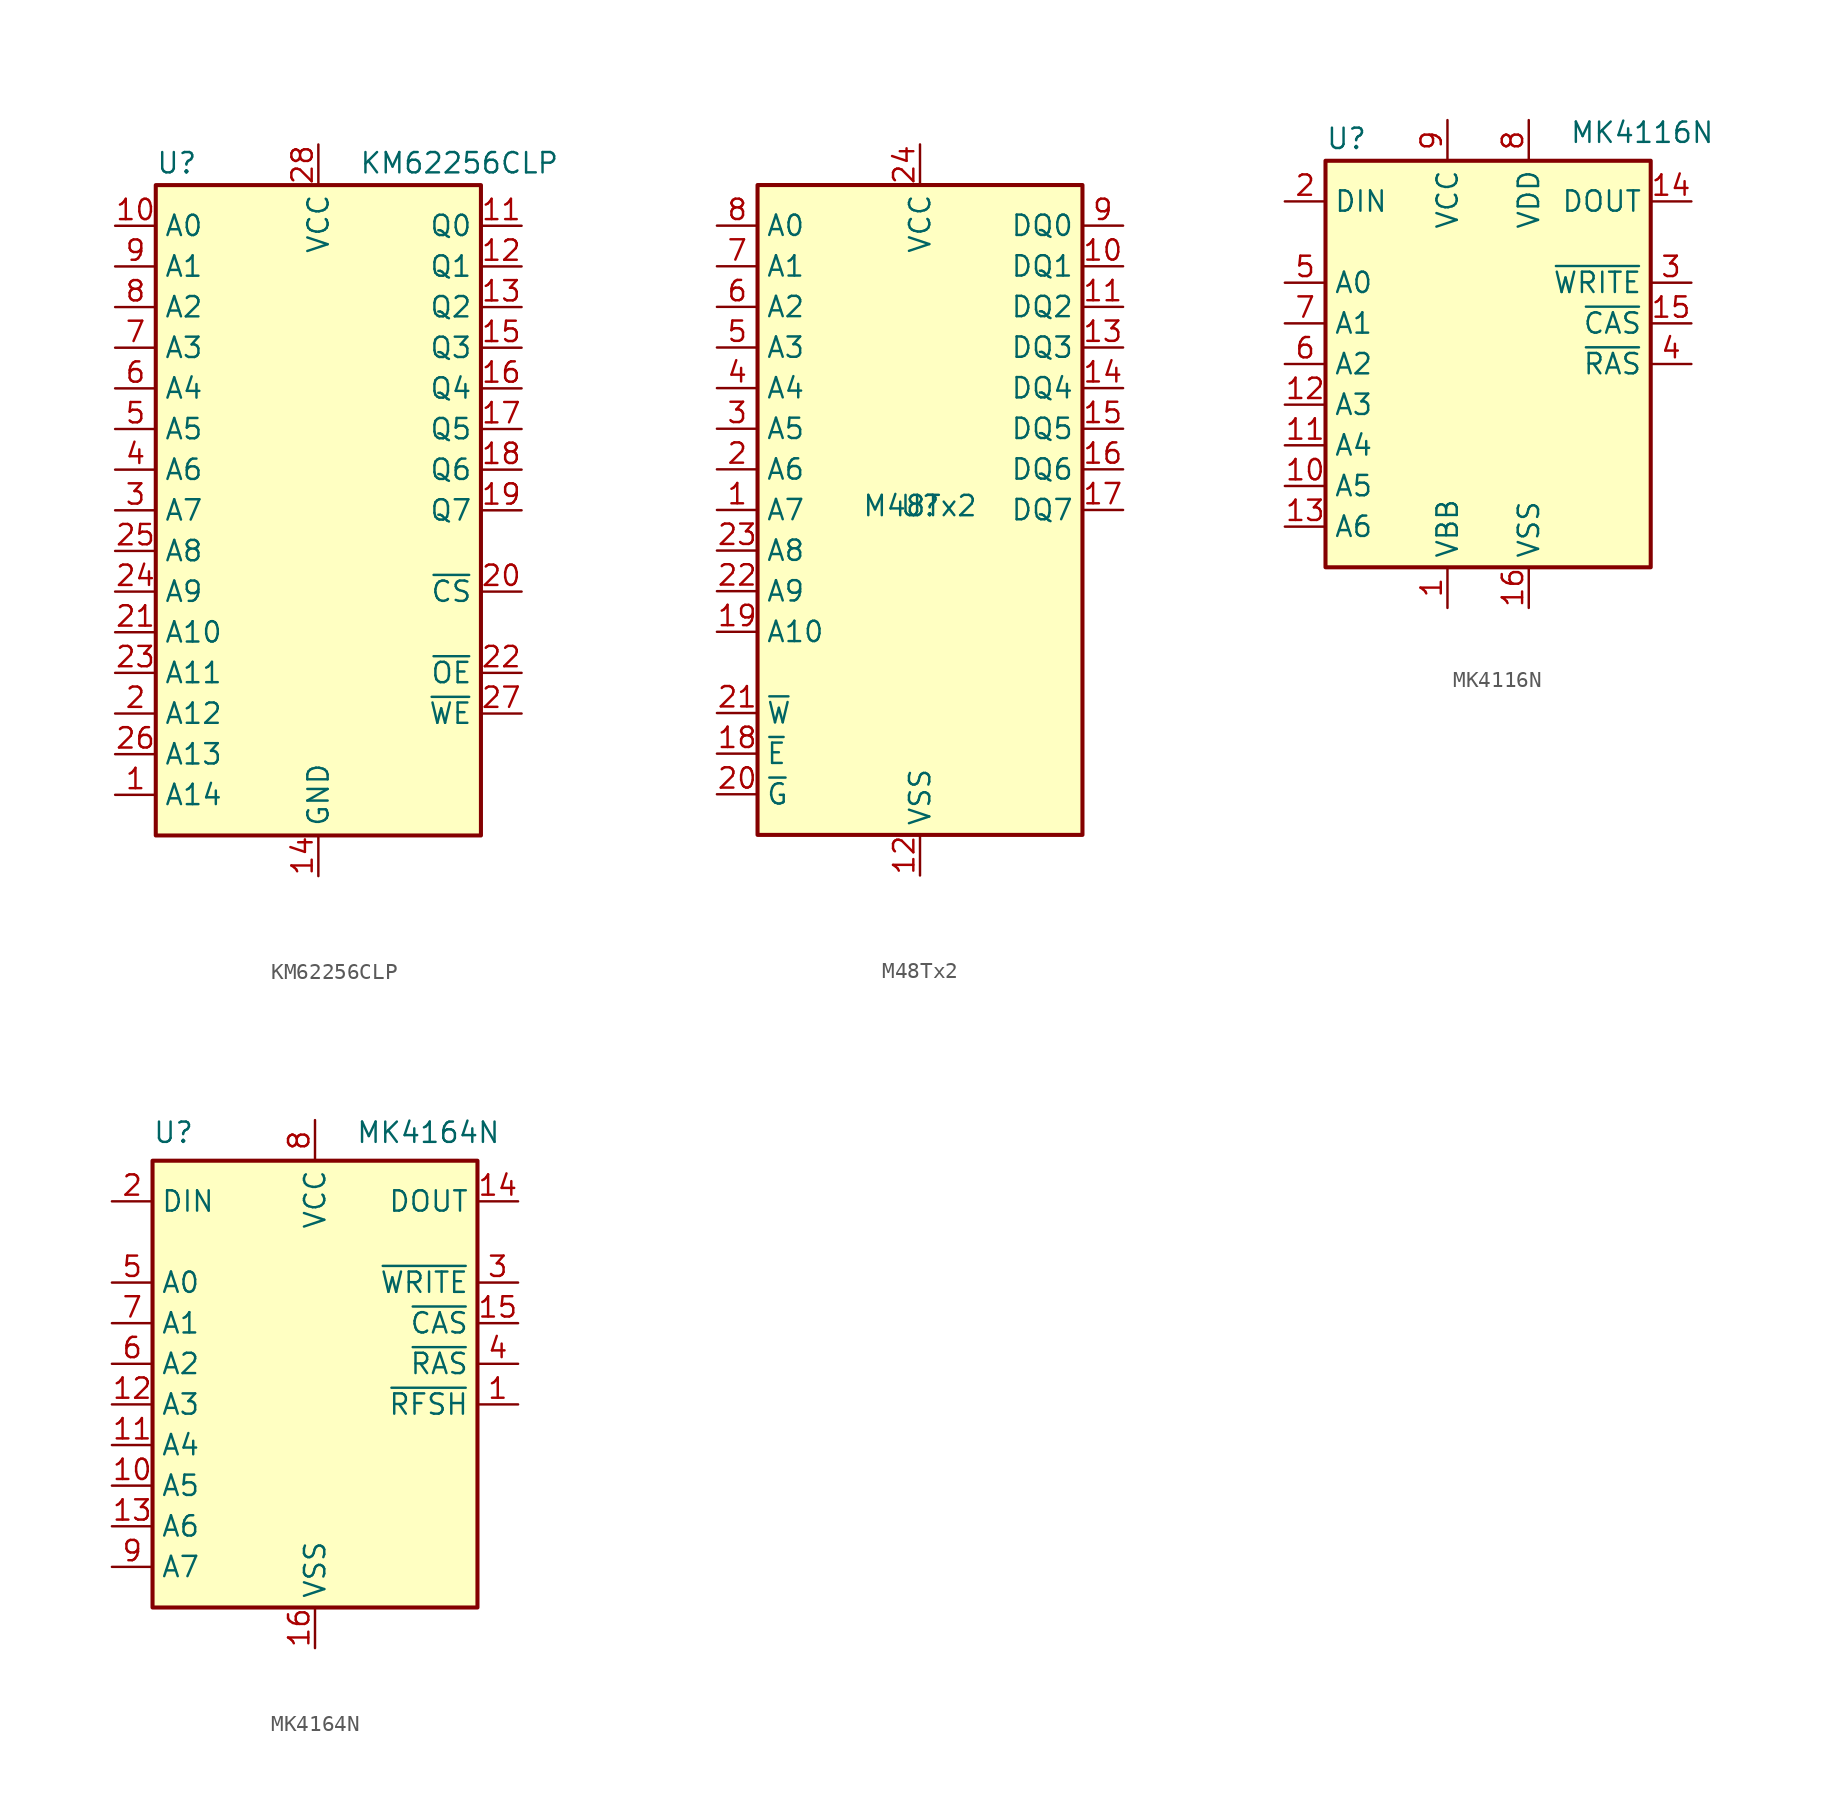
<source format=kicad_sym>
(kicad_symbol_lib
  (version 20231120)
  (generator "kicad_symbol_editor")
  (generator_version "8.0")
  (symbol "KM62256CLP"
    (property "Reference" "U"
      (at -10.16 20.955 0)
      (effects (font (size 1.27 1.27)) (justify left bottom)))
    (property "Value" "KM62256CLP"
      (at 2.54 20.955 0)
      (effects (font (size 1.27 1.27)) (justify left bottom)))
    (symbol "KM62256CLP_0_0"
      (pin power_in line (at 0 -22.86 90) (length 2.54) (name "GND" (effects (font (size 1.27 1.27)))) (number "14" (effects (font (size 1.27 1.27)))))
      (pin power_in line (at 0 22.86 270) (length 2.54) (name "VCC" (effects (font (size 1.27 1.27)))) (number "28" (effects (font (size 1.27 1.27))))))
    (symbol "KM62256CLP_0_1"
      (rectangle (start -10.16 20.32) (end 10.16 -20.32) (stroke (width 0.254) (type default)) (fill (type background))))
    (symbol "KM62256CLP_1_1"
      (pin input line (at -12.7 -17.78 0) (length 2.54) (name "A14" (effects (font (size 1.27 1.27)))) (number "1" (effects (font (size 1.27 1.27)))))
      (pin input line (at -12.7 17.78 0) (length 2.54) (name "A0" (effects (font (size 1.27 1.27)))) (number "10" (effects (font (size 1.27 1.27)))))
      (pin tri_state line (at 12.7 17.78 180) (length 2.54) (name "Q0" (effects (font (size 1.27 1.27)))) (number "11" (effects (font (size 1.27 1.27)))))
      (pin tri_state line (at 12.7 15.24 180) (length 2.54) (name "Q1" (effects (font (size 1.27 1.27)))) (number "12" (effects (font (size 1.27 1.27)))))
      (pin tri_state line (at 12.7 12.7 180) (length 2.54) (name "Q2" (effects (font (size 1.27 1.27)))) (number "13" (effects (font (size 1.27 1.27)))))
      (pin tri_state line (at 12.7 10.16 180) (length 2.54) (name "Q3" (effects (font (size 1.27 1.27)))) (number "15" (effects (font (size 1.27 1.27)))))
      (pin tri_state line (at 12.7 7.62 180) (length 2.54) (name "Q4" (effects (font (size 1.27 1.27)))) (number "16" (effects (font (size 1.27 1.27)))))
      (pin tri_state line (at 12.7 5.08 180) (length 2.54) (name "Q5" (effects (font (size 1.27 1.27)))) (number "17" (effects (font (size 1.27 1.27)))))
      (pin tri_state line (at 12.7 2.54 180) (length 2.54) (name "Q6" (effects (font (size 1.27 1.27)))) (number "18" (effects (font (size 1.27 1.27)))))
      (pin tri_state line (at 12.7 0 180) (length 2.54) (name "Q7" (effects (font (size 1.27 1.27)))) (number "19" (effects (font (size 1.27 1.27)))))
      (pin input line (at -12.7 -12.7 0) (length 2.54) (name "A12" (effects (font (size 1.27 1.27)))) (number "2" (effects (font (size 1.27 1.27)))))
      (pin input line (at 12.7 -5.08 180) (length 2.54) (name "~{CS}" (effects (font (size 1.27 1.27)))) (number "20" (effects (font (size 1.27 1.27)))))
      (pin input line (at -12.7 -7.62 0) (length 2.54) (name "A10" (effects (font (size 1.27 1.27)))) (number "21" (effects (font (size 1.27 1.27)))))
      (pin input line (at 12.7 -10.16 180) (length 2.54) (name "~{OE}" (effects (font (size 1.27 1.27)))) (number "22" (effects (font (size 1.27 1.27)))))
      (pin input line (at -12.7 -10.16 0) (length 2.54) (name "A11" (effects (font (size 1.27 1.27)))) (number "23" (effects (font (size 1.27 1.27)))))
      (pin input line (at -12.7 -5.08 0) (length 2.54) (name "A9" (effects (font (size 1.27 1.27)))) (number "24" (effects (font (size 1.27 1.27)))))
      (pin input line (at -12.7 -2.54 0) (length 2.54) (name "A8" (effects (font (size 1.27 1.27)))) (number "25" (effects (font (size 1.27 1.27)))))
      (pin input line (at -12.7 -15.24 0) (length 2.54) (name "A13" (effects (font (size 1.27 1.27)))) (number "26" (effects (font (size 1.27 1.27)))))
      (pin input line (at 12.7 -12.7 180) (length 2.54) (name "~{WE}" (effects (font (size 1.27 1.27)))) (number "27" (effects (font (size 1.27 1.27)))))
      (pin input line (at -12.7 0 0) (length 2.54) (name "A7" (effects (font (size 1.27 1.27)))) (number "3" (effects (font (size 1.27 1.27)))))
      (pin input line (at -12.7 2.54 0) (length 2.54) (name "A6" (effects (font (size 1.27 1.27)))) (number "4" (effects (font (size 1.27 1.27)))))
      (pin input line (at -12.7 5.08 0) (length 2.54) (name "A5" (effects (font (size 1.27 1.27)))) (number "5" (effects (font (size 1.27 1.27)))))
      (pin input line (at -12.7 7.62 0) (length 2.54) (name "A4" (effects (font (size 1.27 1.27)))) (number "6" (effects (font (size 1.27 1.27)))))
      (pin input line (at -12.7 10.16 0) (length 2.54) (name "A3" (effects (font (size 1.27 1.27)))) (number "7" (effects (font (size 1.27 1.27)))))
      (pin input line (at -12.7 12.7 0) (length 2.54) (name "A2" (effects (font (size 1.27 1.27)))) (number "8" (effects (font (size 1.27 1.27)))))
      (pin input line (at -12.7 15.24 0) (length 2.54) (name "A1" (effects (font (size 1.27 1.27)))) (number "9" (effects (font (size 1.27 1.27)))))))
  (symbol "M48Tx2"
    (property "Reference" "U"
      (at 0 0.254 0)
      (effects (font (size 1.27 1.27))))
    (property "Value" "M48Tx2"
      (at 0 0.254 0)
      (effects (font (size 1.27 1.27))))
    (symbol "M48Tx2_1_1"
      (rectangle (start -10.16 20.32) (end 10.16 -20.32) (stroke (width 0.254) (type default)) (fill (type background)))
      (pin input line (at -12.7 0 0) (length 2.54) (name "A7" (effects (font (size 1.27 1.27)))) (number "1" (effects (font (size 1.27 1.27)))))
      (pin bidirectional line (at 12.7 15.24 180) (length 2.54) (name "DQ1" (effects (font (size 1.27 1.27)))) (number "10" (effects (font (size 1.27 1.27)))))
      (pin bidirectional line (at 12.7 12.7 180) (length 2.54) (name "DQ2" (effects (font (size 1.27 1.27)))) (number "11" (effects (font (size 1.27 1.27)))))
      (pin power_in line (at 0 -22.86 90) (length 2.54) (name "VSS" (effects (font (size 1.27 1.27)))) (number "12" (effects (font (size 1.27 1.27)))))
      (pin bidirectional line (at 12.7 10.16 180) (length 2.54) (name "DQ3" (effects (font (size 1.27 1.27)))) (number "13" (effects (font (size 1.27 1.27)))))
      (pin bidirectional line (at 12.7 7.62 180) (length 2.54) (name "DQ4" (effects (font (size 1.27 1.27)))) (number "14" (effects (font (size 1.27 1.27)))))
      (pin bidirectional line (at 12.7 5.08 180) (length 2.54) (name "DQ5" (effects (font (size 1.27 1.27)))) (number "15" (effects (font (size 1.27 1.27)))))
      (pin bidirectional line (at 12.7 2.54 180) (length 2.54) (name "DQ6" (effects (font (size 1.27 1.27)))) (number "16" (effects (font (size 1.27 1.27)))))
      (pin bidirectional line (at 12.7 0 180) (length 2.54) (name "DQ7" (effects (font (size 1.27 1.27)))) (number "17" (effects (font (size 1.27 1.27)))))
      (pin input line (at -12.7 -15.24 0) (length 2.54) (name "~{E}" (effects (font (size 1.27 1.27)))) (number "18" (effects (font (size 1.27 1.27)))))
      (pin input line (at -12.7 -7.62 0) (length 2.54) (name "A10" (effects (font (size 1.27 1.27)))) (number "19" (effects (font (size 1.27 1.27)))))
      (pin input line (at -12.7 2.54 0) (length 2.54) (name "A6" (effects (font (size 1.27 1.27)))) (number "2" (effects (font (size 1.27 1.27)))))
      (pin input line (at -12.7 -17.78 0) (length 2.54) (name "~{G}" (effects (font (size 1.27 1.27)))) (number "20" (effects (font (size 1.27 1.27)))))
      (pin input line (at -12.7 -12.7 0) (length 2.54) (name "~{W}" (effects (font (size 1.27 1.27)))) (number "21" (effects (font (size 1.27 1.27)))))
      (pin input line (at -12.7 -5.08 0) (length 2.54) (name "A9" (effects (font (size 1.27 1.27)))) (number "22" (effects (font (size 1.27 1.27)))))
      (pin input line (at -12.7 -2.54 0) (length 2.54) (name "A8" (effects (font (size 1.27 1.27)))) (number "23" (effects (font (size 1.27 1.27)))))
      (pin power_in line (at 0 22.86 270) (length 2.54) (name "VCC" (effects (font (size 1.27 1.27)))) (number "24" (effects (font (size 1.27 1.27)))))
      (pin input line (at -12.7 5.08 0) (length 2.54) (name "A5" (effects (font (size 1.27 1.27)))) (number "3" (effects (font (size 1.27 1.27)))))
      (pin input line (at -12.7 7.62 0) (length 2.54) (name "A4" (effects (font (size 1.27 1.27)))) (number "4" (effects (font (size 1.27 1.27)))))
      (pin input line (at -12.7 10.16 0) (length 2.54) (name "A3" (effects (font (size 1.27 1.27)))) (number "5" (effects (font (size 1.27 1.27)))))
      (pin input line (at -12.7 12.7 0) (length 2.54) (name "A2" (effects (font (size 1.27 1.27)))) (number "6" (effects (font (size 1.27 1.27)))))
      (pin input line (at -12.7 15.24 0) (length 2.54) (name "A1" (effects (font (size 1.27 1.27)))) (number "7" (effects (font (size 1.27 1.27)))))
      (pin input line (at -12.7 17.78 0) (length 2.54) (name "A0" (effects (font (size 1.27 1.27)))) (number "8" (effects (font (size 1.27 1.27)))))
      (pin bidirectional line (at 12.7 17.78 180) (length 2.54) (name "DQ0" (effects (font (size 1.27 1.27)))) (number "9" (effects (font (size 1.27 1.27)))))))
  (symbol "MK4116N"
    (property "Reference" "U"
      (at -10.16 13.335 0)
      (effects (font (size 1.27 1.27)) (justify left bottom)))
    (property "Value" "MK4116N"
      (at 5.08 13.716 0)
      (effects (font (size 1.27 1.27)) (justify left bottom)))
    (symbol "MK4116N_0_0"
      (pin power_in line (at -2.54 -15.24 90) (length 2.54) (name "VBB" (effects (font (size 1.27 1.27)))) (number "1" (effects (font (size 1.27 1.27)))))
      (pin power_in line (at 2.54 -15.24 90) (length 2.54) (name "VSS" (effects (font (size 1.27 1.27)))) (number "16" (effects (font (size 1.27 1.27)))))
      (pin power_in line (at 2.54 15.24 270) (length 2.54) (name "VDD" (effects (font (size 1.27 1.27)))) (number "8" (effects (font (size 1.27 1.27)))))
      (pin power_in line (at -2.54 15.24 270) (length 2.54) (name "VCC" (effects (font (size 1.27 1.27)))) (number "9" (effects (font (size 1.27 1.27))))))
    (symbol "MK4116N_0_1"
      (rectangle (start -10.16 12.7) (end 10.16 -12.7) (stroke (width 0.254) (type default)) (fill (type background))))
    (symbol "MK4116N_1_1"
      (pin input line (at -12.7 -7.62 0) (length 2.54) (name "A5" (effects (font (size 1.27 1.27)))) (number "10" (effects (font (size 1.27 1.27)))))
      (pin input line (at -12.7 -5.08 0) (length 2.54) (name "A4" (effects (font (size 1.27 1.27)))) (number "11" (effects (font (size 1.27 1.27)))))
      (pin input line (at -12.7 -2.54 0) (length 2.54) (name "A3" (effects (font (size 1.27 1.27)))) (number "12" (effects (font (size 1.27 1.27)))))
      (pin input line (at -12.7 -10.16 0) (length 2.54) (name "A6" (effects (font (size 1.27 1.27)))) (number "13" (effects (font (size 1.27 1.27)))))
      (pin tri_state line (at 12.7 10.16 180) (length 2.54) (name "DOUT" (effects (font (size 1.27 1.27)))) (number "14" (effects (font (size 1.27 1.27)))))
      (pin input line (at 12.7 2.54 180) (length 2.54) (name "~{CAS}" (effects (font (size 1.27 1.27)))) (number "15" (effects (font (size 1.27 1.27)))))
      (pin input line (at -12.7 10.16 0) (length 2.54) (name "DIN" (effects (font (size 1.27 1.27)))) (number "2" (effects (font (size 1.27 1.27)))))
      (pin input line (at 12.7 5.08 180) (length 2.54) (name "~{WRITE}" (effects (font (size 1.27 1.27)))) (number "3" (effects (font (size 1.27 1.27)))))
      (pin input line (at 12.7 0 180) (length 2.54) (name "~{RAS}" (effects (font (size 1.27 1.27)))) (number "4" (effects (font (size 1.27 1.27)))))
      (pin input line (at -12.7 5.08 0) (length 2.54) (name "A0" (effects (font (size 1.27 1.27)))) (number "5" (effects (font (size 1.27 1.27)))))
      (pin input line (at -12.7 0 0) (length 2.54) (name "A2" (effects (font (size 1.27 1.27)))) (number "6" (effects (font (size 1.27 1.27)))))
      (pin input line (at -12.7 2.54 0) (length 2.54) (name "A1" (effects (font (size 1.27 1.27)))) (number "7" (effects (font (size 1.27 1.27)))))))
  (symbol "MK4164N"
    (property "Reference" "U"
      (at -10.16 16.256 0)
      (effects (font (size 1.27 1.27)) (justify left bottom)))
    (property "Value" "MK4164N"
      (at 2.54 16.256 0)
      (effects (font (size 1.27 1.27)) (justify left bottom)))
    (symbol "MK4164N_0_0"
      (pin input line (at 12.7 0 180) (length 2.54) (name "~{RFSH}" (effects (font (size 1.27 1.27)))) (number "1" (effects (font (size 1.27 1.27)))))
      (pin power_in line (at 0 -15.24 90) (length 2.54) (name "VSS" (effects (font (size 1.27 1.27)))) (number "16" (effects (font (size 1.27 1.27)))))
      (pin power_in line (at 0 17.78 270) (length 2.54) (name "VCC" (effects (font (size 1.27 1.27)))) (number "8" (effects (font (size 1.27 1.27)))))
      (pin input line (at -12.7 -10.16 0) (length 2.54) (name "A7" (effects (font (size 1.27 1.27)))) (number "9" (effects (font (size 1.27 1.27))))))
    (symbol "MK4164N_0_1"
      (rectangle (start -10.16 15.24) (end 10.16 -12.7) (stroke (width 0.254) (type default)) (fill (type background))))
    (symbol "MK4164N_1_1"
      (pin input line (at -12.7 -5.08 0) (length 2.54) (name "A5" (effects (font (size 1.27 1.27)))) (number "10" (effects (font (size 1.27 1.27)))))
      (pin input line (at -12.7 -2.54 0) (length 2.54) (name "A4" (effects (font (size 1.27 1.27)))) (number "11" (effects (font (size 1.27 1.27)))))
      (pin input line (at -12.7 0 0) (length 2.54) (name "A3" (effects (font (size 1.27 1.27)))) (number "12" (effects (font (size 1.27 1.27)))))
      (pin input line (at -12.7 -7.62 0) (length 2.54) (name "A6" (effects (font (size 1.27 1.27)))) (number "13" (effects (font (size 1.27 1.27)))))
      (pin tri_state line (at 12.7 12.7 180) (length 2.54) (name "DOUT" (effects (font (size 1.27 1.27)))) (number "14" (effects (font (size 1.27 1.27)))))
      (pin input line (at 12.7 5.08 180) (length 2.54) (name "~{CAS}" (effects (font (size 1.27 1.27)))) (number "15" (effects (font (size 1.27 1.27)))))
      (pin input line (at -12.7 12.7 0) (length 2.54) (name "DIN" (effects (font (size 1.27 1.27)))) (number "2" (effects (font (size 1.27 1.27)))))
      (pin input line (at 12.7 7.62 180) (length 2.54) (name "~{WRITE}" (effects (font (size 1.27 1.27)))) (number "3" (effects (font (size 1.27 1.27)))))
      (pin input line (at 12.7 2.54 180) (length 2.54) (name "~{RAS}" (effects (font (size 1.27 1.27)))) (number "4" (effects (font (size 1.27 1.27)))))
      (pin input line (at -12.7 7.62 0) (length 2.54) (name "A0" (effects (font (size 1.27 1.27)))) (number "5" (effects (font (size 1.27 1.27)))))
      (pin input line (at -12.7 2.54 0) (length 2.54) (name "A2" (effects (font (size 1.27 1.27)))) (number "6" (effects (font (size 1.27 1.27)))))
      (pin input line (at -12.7 5.08 0) (length 2.54) (name "A1" (effects (font (size 1.27 1.27)))) (number "7" (effects (font (size 1.27 1.27))))))))
</source>
